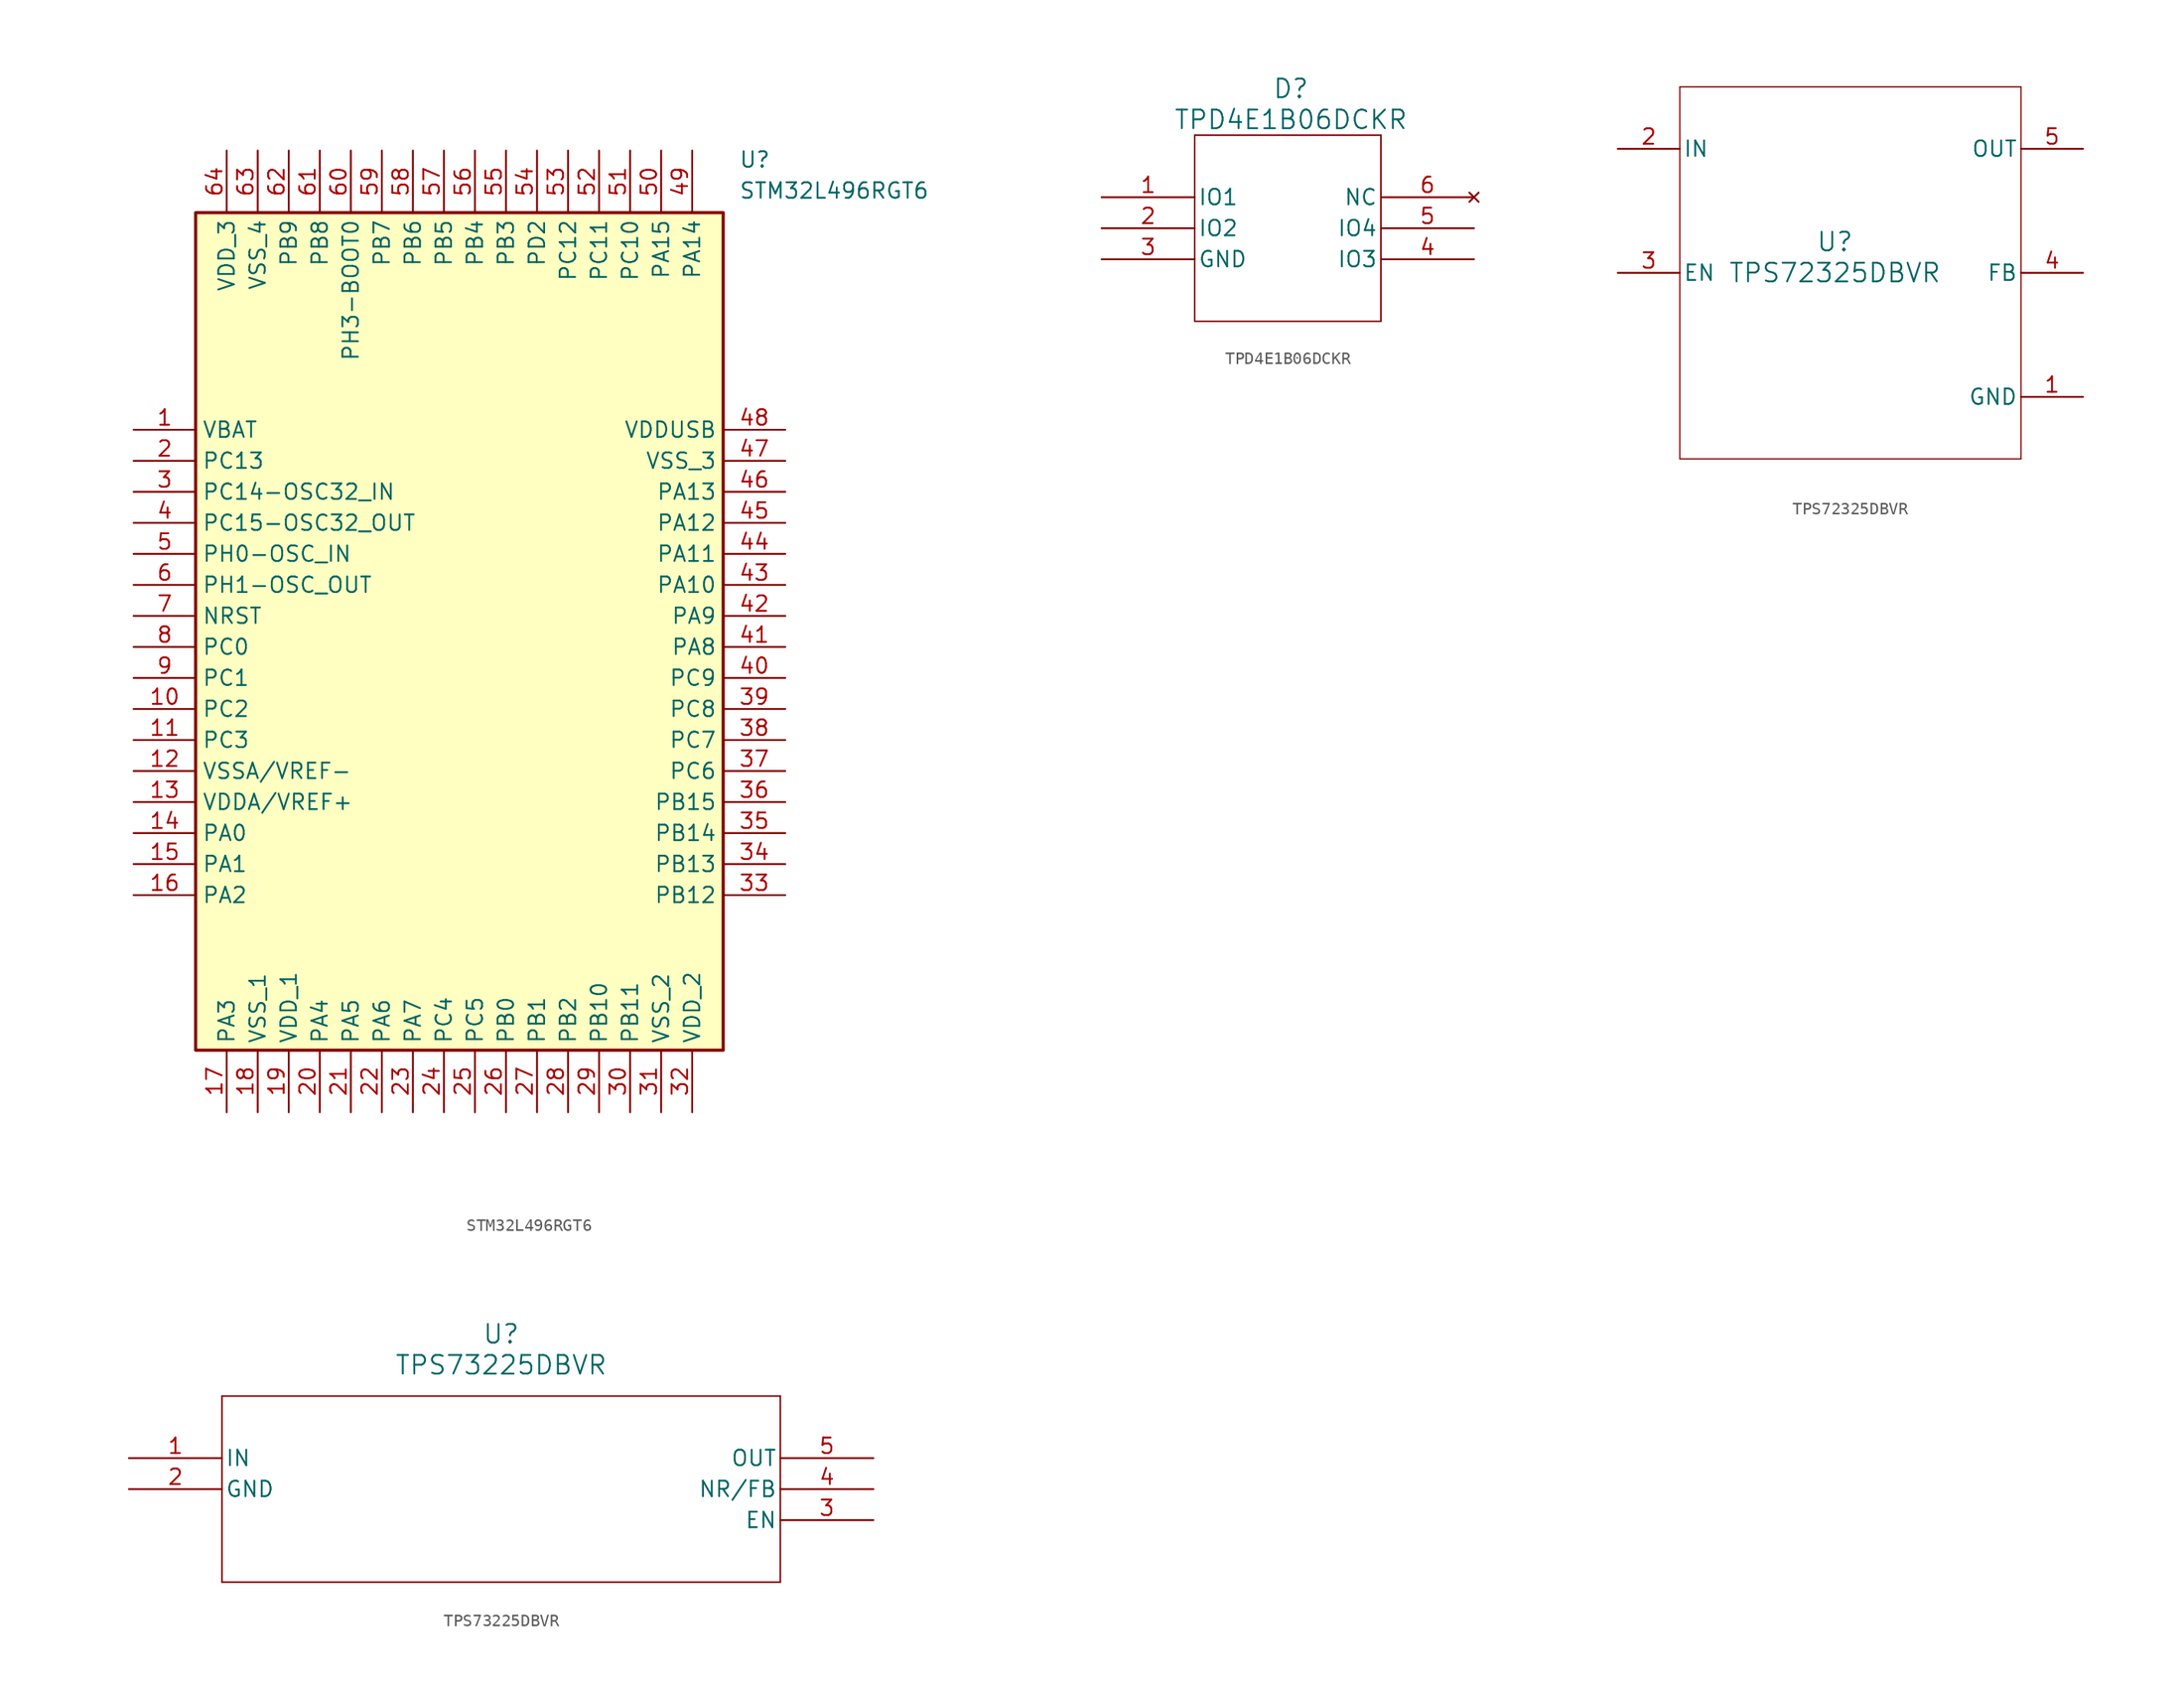
<source format=kicad_sym>
(kicad_symbol_lib
  (version 20241209)
  (generator "kicad_symbol_editor")
  (generator_version "9.0")
  (symbol "STM32L496RGT6"
    (property "Reference" "U"
      (at 49.53 22.86 0)
      (effects (font (size 1.27 1.27)) (justify left top)))
    (property "Value" "STM32L496RGT6"
      (at 49.53 20.32 0)
      (effects (font (size 1.27 1.27)) (justify left top)))
    (symbol "STM32L496RGT6_1_1"
      (rectangle (start 5.08 17.78) (end 48.26 -50.8) (stroke (width 0.254) (type default)) (fill (type background)))
      (pin passive line (at 0 0 0) (length 5.08) (name "VBAT" (effects (font (size 1.27 1.27)))) (number "1" (effects (font (size 1.27 1.27)))))
      (pin passive line (at 0 -2.54 0) (length 5.08) (name "PC13" (effects (font (size 1.27 1.27)))) (number "2" (effects (font (size 1.27 1.27)))))
      (pin passive line (at 0 -5.08 0) (length 5.08) (name "PC14-OSC32_IN" (effects (font (size 1.27 1.27)))) (number "3" (effects (font (size 1.27 1.27)))))
      (pin passive line (at 0 -7.62 0) (length 5.08) (name "PC15-OSC32_OUT" (effects (font (size 1.27 1.27)))) (number "4" (effects (font (size 1.27 1.27)))))
      (pin passive line (at 0 -10.16 0) (length 5.08) (name "PH0-OSC_IN" (effects (font (size 1.27 1.27)))) (number "5" (effects (font (size 1.27 1.27)))))
      (pin passive line (at 0 -12.7 0) (length 5.08) (name "PH1-OSC_OUT" (effects (font (size 1.27 1.27)))) (number "6" (effects (font (size 1.27 1.27)))))
      (pin passive line (at 0 -15.24 0) (length 5.08) (name "NRST" (effects (font (size 1.27 1.27)))) (number "7" (effects (font (size 1.27 1.27)))))
      (pin passive line (at 0 -17.78 0) (length 5.08) (name "PC0" (effects (font (size 1.27 1.27)))) (number "8" (effects (font (size 1.27 1.27)))))
      (pin passive line (at 0 -20.32 0) (length 5.08) (name "PC1" (effects (font (size 1.27 1.27)))) (number "9" (effects (font (size 1.27 1.27)))))
      (pin passive line (at 0 -22.86 0) (length 5.08) (name "PC2" (effects (font (size 1.27 1.27)))) (number "10" (effects (font (size 1.27 1.27)))))
      (pin passive line (at 0 -25.4 0) (length 5.08) (name "PC3" (effects (font (size 1.27 1.27)))) (number "11" (effects (font (size 1.27 1.27)))))
      (pin passive line (at 0 -27.94 0) (length 5.08) (name "VSSA/VREF-" (effects (font (size 1.27 1.27)))) (number "12" (effects (font (size 1.27 1.27)))))
      (pin passive line (at 0 -30.48 0) (length 5.08) (name "VDDA/VREF+" (effects (font (size 1.27 1.27)))) (number "13" (effects (font (size 1.27 1.27)))))
      (pin passive line (at 0 -33.02 0) (length 5.08) (name "PA0" (effects (font (size 1.27 1.27)))) (number "14" (effects (font (size 1.27 1.27)))))
      (pin passive line (at 0 -35.56 0) (length 5.08) (name "PA1" (effects (font (size 1.27 1.27)))) (number "15" (effects (font (size 1.27 1.27)))))
      (pin passive line (at 0 -38.1 0) (length 5.08) (name "PA2" (effects (font (size 1.27 1.27)))) (number "16" (effects (font (size 1.27 1.27)))))
      (pin passive line (at 7.62 22.86 270) (length 5.08) (name "VDD_3" (effects (font (size 1.27 1.27)))) (number "64" (effects (font (size 1.27 1.27)))))
      (pin passive line (at 7.62 -55.88 90) (length 5.08) (name "PA3" (effects (font (size 1.27 1.27)))) (number "17" (effects (font (size 1.27 1.27)))))
      (pin passive line (at 10.16 22.86 270) (length 5.08) (name "VSS_4" (effects (font (size 1.27 1.27)))) (number "63" (effects (font (size 1.27 1.27)))))
      (pin passive line (at 10.16 -55.88 90) (length 5.08) (name "VSS_1" (effects (font (size 1.27 1.27)))) (number "18" (effects (font (size 1.27 1.27)))))
      (pin passive line (at 12.7 22.86 270) (length 5.08) (name "PB9" (effects (font (size 1.27 1.27)))) (number "62" (effects (font (size 1.27 1.27)))))
      (pin passive line (at 12.7 -55.88 90) (length 5.08) (name "VDD_1" (effects (font (size 1.27 1.27)))) (number "19" (effects (font (size 1.27 1.27)))))
      (pin passive line (at 15.24 22.86 270) (length 5.08) (name "PB8" (effects (font (size 1.27 1.27)))) (number "61" (effects (font (size 1.27 1.27)))))
      (pin passive line (at 15.24 -55.88 90) (length 5.08) (name "PA4" (effects (font (size 1.27 1.27)))) (number "20" (effects (font (size 1.27 1.27)))))
      (pin passive line (at 17.78 22.86 270) (length 5.08) (name "PH3-BOOT0" (effects (font (size 1.27 1.27)))) (number "60" (effects (font (size 1.27 1.27)))))
      (pin passive line (at 17.78 -55.88 90) (length 5.08) (name "PA5" (effects (font (size 1.27 1.27)))) (number "21" (effects (font (size 1.27 1.27)))))
      (pin passive line (at 20.32 22.86 270) (length 5.08) (name "PB7" (effects (font (size 1.27 1.27)))) (number "59" (effects (font (size 1.27 1.27)))))
      (pin passive line (at 20.32 -55.88 90) (length 5.08) (name "PA6" (effects (font (size 1.27 1.27)))) (number "22" (effects (font (size 1.27 1.27)))))
      (pin passive line (at 22.86 22.86 270) (length 5.08) (name "PB6" (effects (font (size 1.27 1.27)))) (number "58" (effects (font (size 1.27 1.27)))))
      (pin passive line (at 22.86 -55.88 90) (length 5.08) (name "PA7" (effects (font (size 1.27 1.27)))) (number "23" (effects (font (size 1.27 1.27)))))
      (pin passive line (at 25.4 22.86 270) (length 5.08) (name "PB5" (effects (font (size 1.27 1.27)))) (number "57" (effects (font (size 1.27 1.27)))))
      (pin passive line (at 25.4 -55.88 90) (length 5.08) (name "PC4" (effects (font (size 1.27 1.27)))) (number "24" (effects (font (size 1.27 1.27)))))
      (pin passive line (at 27.94 22.86 270) (length 5.08) (name "PB4" (effects (font (size 1.27 1.27)))) (number "56" (effects (font (size 1.27 1.27)))))
      (pin passive line (at 27.94 -55.88 90) (length 5.08) (name "PC5" (effects (font (size 1.27 1.27)))) (number "25" (effects (font (size 1.27 1.27)))))
      (pin passive line (at 30.48 22.86 270) (length 5.08) (name "PB3" (effects (font (size 1.27 1.27)))) (number "55" (effects (font (size 1.27 1.27)))))
      (pin passive line (at 30.48 -55.88 90) (length 5.08) (name "PB0" (effects (font (size 1.27 1.27)))) (number "26" (effects (font (size 1.27 1.27)))))
      (pin passive line (at 33.02 22.86 270) (length 5.08) (name "PD2" (effects (font (size 1.27 1.27)))) (number "54" (effects (font (size 1.27 1.27)))))
      (pin passive line (at 33.02 -55.88 90) (length 5.08) (name "PB1" (effects (font (size 1.27 1.27)))) (number "27" (effects (font (size 1.27 1.27)))))
      (pin passive line (at 35.56 22.86 270) (length 5.08) (name "PC12" (effects (font (size 1.27 1.27)))) (number "53" (effects (font (size 1.27 1.27)))))
      (pin passive line (at 35.56 -55.88 90) (length 5.08) (name "PB2" (effects (font (size 1.27 1.27)))) (number "28" (effects (font (size 1.27 1.27)))))
      (pin passive line (at 38.1 22.86 270) (length 5.08) (name "PC11" (effects (font (size 1.27 1.27)))) (number "52" (effects (font (size 1.27 1.27)))))
      (pin passive line (at 38.1 -55.88 90) (length 5.08) (name "PB10" (effects (font (size 1.27 1.27)))) (number "29" (effects (font (size 1.27 1.27)))))
      (pin passive line (at 40.64 22.86 270) (length 5.08) (name "PC10" (effects (font (size 1.27 1.27)))) (number "51" (effects (font (size 1.27 1.27)))))
      (pin passive line (at 40.64 -55.88 90) (length 5.08) (name "PB11" (effects (font (size 1.27 1.27)))) (number "30" (effects (font (size 1.27 1.27)))))
      (pin passive line (at 43.18 22.86 270) (length 5.08) (name "PA15" (effects (font (size 1.27 1.27)))) (number "50" (effects (font (size 1.27 1.27)))))
      (pin passive line (at 43.18 -55.88 90) (length 5.08) (name "VSS_2" (effects (font (size 1.27 1.27)))) (number "31" (effects (font (size 1.27 1.27)))))
      (pin passive line (at 45.72 22.86 270) (length 5.08) (name "PA14" (effects (font (size 1.27 1.27)))) (number "49" (effects (font (size 1.27 1.27)))))
      (pin passive line (at 45.72 -55.88 90) (length 5.08) (name "VDD_2" (effects (font (size 1.27 1.27)))) (number "32" (effects (font (size 1.27 1.27)))))
      (pin passive line (at 53.34 0 180) (length 5.08) (name "VDDUSB" (effects (font (size 1.27 1.27)))) (number "48" (effects (font (size 1.27 1.27)))))
      (pin passive line (at 53.34 -2.54 180) (length 5.08) (name "VSS_3" (effects (font (size 1.27 1.27)))) (number "47" (effects (font (size 1.27 1.27)))))
      (pin passive line (at 53.34 -5.08 180) (length 5.08) (name "PA13" (effects (font (size 1.27 1.27)))) (number "46" (effects (font (size 1.27 1.27)))))
      (pin passive line (at 53.34 -7.62 180) (length 5.08) (name "PA12" (effects (font (size 1.27 1.27)))) (number "45" (effects (font (size 1.27 1.27)))))
      (pin passive line (at 53.34 -10.16 180) (length 5.08) (name "PA11" (effects (font (size 1.27 1.27)))) (number "44" (effects (font (size 1.27 1.27)))))
      (pin passive line (at 53.34 -12.7 180) (length 5.08) (name "PA10" (effects (font (size 1.27 1.27)))) (number "43" (effects (font (size 1.27 1.27)))))
      (pin passive line (at 53.34 -15.24 180) (length 5.08) (name "PA9" (effects (font (size 1.27 1.27)))) (number "42" (effects (font (size 1.27 1.27)))))
      (pin passive line (at 53.34 -17.78 180) (length 5.08) (name "PA8" (effects (font (size 1.27 1.27)))) (number "41" (effects (font (size 1.27 1.27)))))
      (pin passive line (at 53.34 -20.32 180) (length 5.08) (name "PC9" (effects (font (size 1.27 1.27)))) (number "40" (effects (font (size 1.27 1.27)))))
      (pin passive line (at 53.34 -22.86 180) (length 5.08) (name "PC8" (effects (font (size 1.27 1.27)))) (number "39" (effects (font (size 1.27 1.27)))))
      (pin passive line (at 53.34 -25.4 180) (length 5.08) (name "PC7" (effects (font (size 1.27 1.27)))) (number "38" (effects (font (size 1.27 1.27)))))
      (pin passive line (at 53.34 -27.94 180) (length 5.08) (name "PC6" (effects (font (size 1.27 1.27)))) (number "37" (effects (font (size 1.27 1.27)))))
      (pin passive line (at 53.34 -30.48 180) (length 5.08) (name "PB15" (effects (font (size 1.27 1.27)))) (number "36" (effects (font (size 1.27 1.27)))))
      (pin passive line (at 53.34 -33.02 180) (length 5.08) (name "PB14" (effects (font (size 1.27 1.27)))) (number "35" (effects (font (size 1.27 1.27)))))
      (pin passive line (at 53.34 -35.56 180) (length 5.08) (name "PB13" (effects (font (size 1.27 1.27)))) (number "34" (effects (font (size 1.27 1.27)))))
      (pin passive line (at 53.34 -38.1 180) (length 5.08) (name "PB12" (effects (font (size 1.27 1.27)))) (number "33" (effects (font (size 1.27 1.27)))))))
  (symbol "TPD4E1B06DCKR"
    (pin_names
      (offset 0.254))
    (property "Reference" "D"
      (at 15.494 8.89 0)
      (effects (font (size 1.524 1.524))))
    (property "Value" "TPD4E1B06DCKR"
      (at 15.494 6.35 0)
      (effects (font (size 1.524 1.524))))
    (symbol "TPD4E1B06DCKR_0_1"
      (polyline (pts (xy 7.62 5.08) (xy 7.62 -10.16)) (stroke (width 0.127) (type default)) (fill (type none)))
      (polyline (pts (xy 7.62 -10.16) (xy 22.86 -10.16)) (stroke (width 0.127) (type default)) (fill (type none)))
      (polyline (pts (xy 22.86 5.08) (xy 7.62 5.08)) (stroke (width 0.127) (type default)) (fill (type none)))
      (polyline (pts (xy 22.86 -10.16) (xy 22.86 5.08)) (stroke (width 0.127) (type default)) (fill (type none)))
      (pin bidirectional line (at 0 0 0) (length 7.62) (name "IO1" (effects (font (size 1.27 1.27)))) (number "1" (effects (font (size 1.27 1.27)))))
      (pin bidirectional line (at 0 -2.54 0) (length 7.62) (name "IO2" (effects (font (size 1.27 1.27)))) (number "2" (effects (font (size 1.27 1.27)))))
      (pin power_in line (at 0 -5.08 0) (length 7.62) (name "GND" (effects (font (size 1.27 1.27)))) (number "3" (effects (font (size 1.27 1.27)))))
      (pin no_connect line (at 30.48 0 180) (length 7.62) (name "NC" (effects (font (size 1.27 1.27)))) (number "6" (effects (font (size 1.27 1.27)))))
      (pin bidirectional line (at 30.48 -2.54 180) (length 7.62) (name "IO4" (effects (font (size 1.27 1.27)))) (number "5" (effects (font (size 1.27 1.27)))))
      (pin bidirectional line (at 30.48 -5.08 180) (length 7.62) (name "IO3" (effects (font (size 1.27 1.27)))) (number "4" (effects (font (size 1.27 1.27)))))))
  (symbol "TPS72325DBVR"
    (pin_names
      (offset 0.254))
    (property "Reference" "U"
      (at 0 2.54 0)
      (effects (font (size 1.524 1.524))))
    (property "Value" "TPS72325DBVR"
      (at 0 0 0)
      (effects (font (size 1.524 1.524))))
    (symbol "TPS72325DBVR_0_1"
      (polyline (pts (xy -12.7 15.24) (xy -12.7 -15.24)) (stroke (width 0.102) (type default)) (fill (type none)))
      (polyline (pts (xy -12.7 -15.24) (xy 15.24 -15.24)) (stroke (width 0.102) (type default)) (fill (type none)))
      (polyline (pts (xy 15.24 15.24) (xy -12.7 15.24)) (stroke (width 0.102) (type default)) (fill (type none)))
      (polyline (pts (xy 15.24 -15.24) (xy 15.24 15.24)) (stroke (width 0.102) (type default)) (fill (type none)))
      (pin power_in line (at -17.78 10.16 0) (length 5.08) (name "IN" (effects (font (size 1.27 1.27)))) (number "2" (effects (font (size 1.27 1.27)))))
      (pin input line (at -17.78 0 0) (length 5.08) (name "EN" (effects (font (size 1.27 1.27)))) (number "3" (effects (font (size 1.27 1.27)))))
      (pin power_in line (at 20.32 10.16 180) (length 5.08) (name "OUT" (effects (font (size 1.27 1.27)))) (number "5" (effects (font (size 1.27 1.27)))))
      (pin input line (at 20.32 0 180) (length 5.08) (name "FB" (effects (font (size 1.27 1.27)))) (number "4" (effects (font (size 1.27 1.27)))))
      (pin power_in line (at 20.32 -10.16 180) (length 5.08) (name "GND" (effects (font (size 1.27 1.27)))) (number "1" (effects (font (size 1.27 1.27)))))))
  (symbol "TPS73225DBVR"
    (pin_names
      (offset 0.254))
    (property "Reference" "U"
      (at 30.48 10.16 0)
      (effects (font (size 1.524 1.524))))
    (property "Value" "TPS73225DBVR"
      (at 30.48 7.62 0)
      (effects (font (size 1.524 1.524))))
    (symbol "TPS73225DBVR_0_1"
      (polyline (pts (xy 7.62 5.08) (xy 7.62 -10.16)) (stroke (width 0.127) (type default)) (fill (type none)))
      (polyline (pts (xy 7.62 -10.16) (xy 53.34 -10.16)) (stroke (width 0.127) (type default)) (fill (type none)))
      (polyline (pts (xy 53.34 5.08) (xy 7.62 5.08)) (stroke (width 0.127) (type default)) (fill (type none)))
      (polyline (pts (xy 53.34 -10.16) (xy 53.34 5.08)) (stroke (width 0.127) (type default)) (fill (type none)))
      (pin input line (at 0 0 0) (length 7.62) (name "IN" (effects (font (size 1.27 1.27)))) (number "1" (effects (font (size 1.27 1.27)))))
      (pin power_in line (at 0 -2.54 0) (length 7.62) (name "GND" (effects (font (size 1.27 1.27)))) (number "2" (effects (font (size 1.27 1.27)))))
      (pin output line (at 60.96 0 180) (length 7.62) (name "OUT" (effects (font (size 1.27 1.27)))) (number "5" (effects (font (size 1.27 1.27)))))
      (pin bidirectional line (at 60.96 -2.54 180) (length 7.62) (name "NR/FB" (effects (font (size 1.27 1.27)))) (number "4" (effects (font (size 1.27 1.27)))))
      (pin unspecified line (at 60.96 -5.08 180) (length 7.62) (name "EN" (effects (font (size 1.27 1.27)))) (number "3" (effects (font (size 1.27 1.27))))))))
</source>
